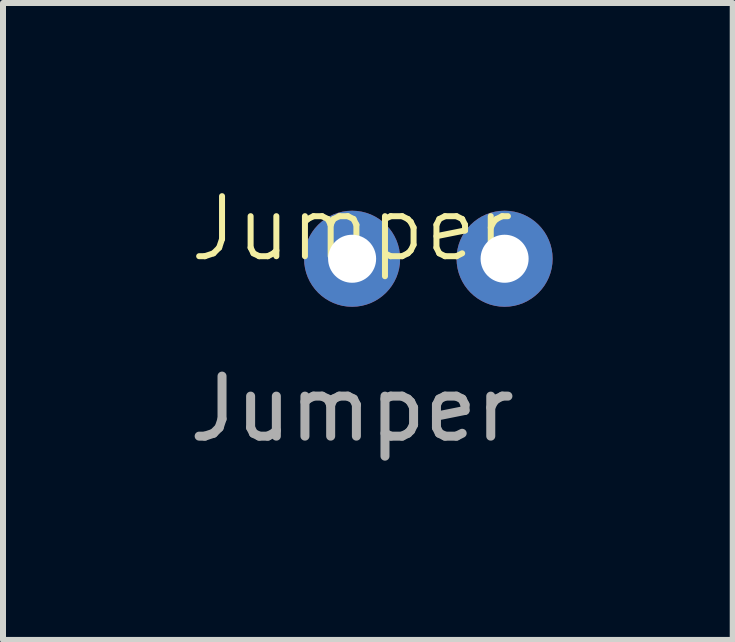
<source format=kicad_pcb>
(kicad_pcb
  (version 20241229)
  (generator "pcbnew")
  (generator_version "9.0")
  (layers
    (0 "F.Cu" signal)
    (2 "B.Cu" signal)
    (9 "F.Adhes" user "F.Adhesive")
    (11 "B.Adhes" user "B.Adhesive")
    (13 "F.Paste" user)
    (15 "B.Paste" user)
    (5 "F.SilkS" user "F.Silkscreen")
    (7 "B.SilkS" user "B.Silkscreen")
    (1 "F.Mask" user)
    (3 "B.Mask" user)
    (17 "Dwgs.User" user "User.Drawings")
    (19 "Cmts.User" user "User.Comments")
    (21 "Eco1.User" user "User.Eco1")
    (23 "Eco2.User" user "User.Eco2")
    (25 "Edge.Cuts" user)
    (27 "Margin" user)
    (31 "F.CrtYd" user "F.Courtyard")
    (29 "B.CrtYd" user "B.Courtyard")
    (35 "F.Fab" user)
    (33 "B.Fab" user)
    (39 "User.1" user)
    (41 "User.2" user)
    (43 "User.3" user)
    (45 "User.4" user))
  (footprint "Jumper"
    (layer "F.Cu")
    (at 2.815 1.26)
    (property "Reference" "Jumper" (at 0 -0.5 0) (unlocked yes) (layer "F.SilkS") (effects (font (size 1 1) (thickness 0.1))))
    (attr through_hole)
    (fp_text user "${REFERENCE}" (at 0 2.5 0) (unlocked yes) (layer "F.Fab") (effects (font (size 1 1) (thickness 0.15))))
    (pad "1" thru_hole circle (at 0 0) (size 1.6 1.6) (drill 0.8) (layers "*.Cu" "*.Mask"))
    (pad "2" thru_hole circle (at 2.54 0) (size 1.6 1.6) (drill 0.8) (layers "*.Cu" "*.Mask")))
  (gr_rect
    (start -3 -3)
    (end 9.155 7.609)
    (stroke (width 0.1) (type default))
    (fill no)
    (layer "Edge.Cuts")))
</source>
